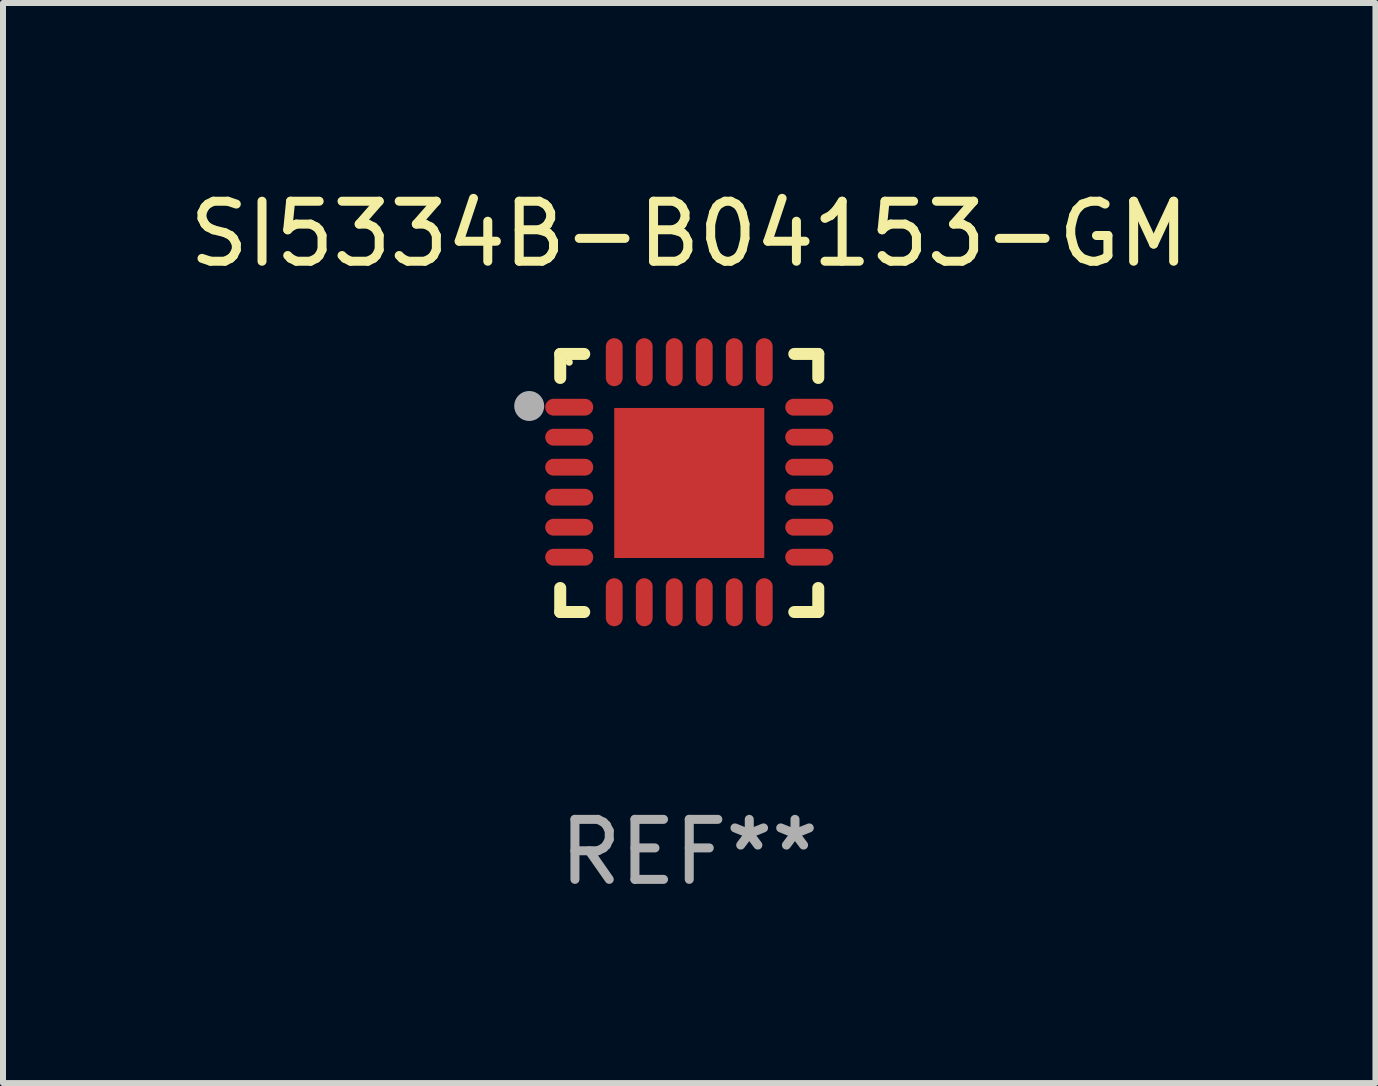
<source format=kicad_pcb>
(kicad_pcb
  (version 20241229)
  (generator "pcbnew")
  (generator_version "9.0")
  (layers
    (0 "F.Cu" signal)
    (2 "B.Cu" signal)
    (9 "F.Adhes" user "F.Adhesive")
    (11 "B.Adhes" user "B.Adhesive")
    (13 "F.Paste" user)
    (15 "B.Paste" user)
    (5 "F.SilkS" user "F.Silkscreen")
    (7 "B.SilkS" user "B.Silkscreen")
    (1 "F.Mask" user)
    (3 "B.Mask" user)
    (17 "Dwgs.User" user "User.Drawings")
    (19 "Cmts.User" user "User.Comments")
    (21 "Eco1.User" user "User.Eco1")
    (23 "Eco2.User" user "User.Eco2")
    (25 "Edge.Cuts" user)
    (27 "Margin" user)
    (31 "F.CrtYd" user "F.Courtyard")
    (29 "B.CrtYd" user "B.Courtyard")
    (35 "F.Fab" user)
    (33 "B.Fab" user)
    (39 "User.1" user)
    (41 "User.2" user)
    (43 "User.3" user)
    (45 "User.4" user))
  (footprint "SI5334B-B04153-GM"
    (layer "F.Cu")
    (at 8.435 4.998)
    (property "Reference" "SI5334B-B04153-GM" (at 0 -4.15 0) (layer "F.SilkS") (effects (font (size 1 1) (thickness 0.15))))
    (attr through_hole)
    (fp_line (start -2.15 -2.15) (end -1.75 -2.15) (stroke (width 0.2) (type solid)) (layer "F.SilkS"))
    (fp_line (start -2.15 -1.75) (end -2.15 -2.15) (stroke (width 0.2) (type solid)) (layer "F.SilkS"))
    (fp_line (start -2.15 2.15) (end -2.15 1.75) (stroke (width 0.2) (type solid)) (layer "F.SilkS"))
    (fp_line (start -1.75 2.15) (end -2.15 2.15) (stroke (width 0.2) (type solid)) (layer "F.SilkS"))
    (fp_line (start 1.75 -2.15) (end 2.15 -2.15) (stroke (width 0.2) (type solid)) (layer "F.SilkS"))
    (fp_line (start 1.75 2.15) (end 2.15 2.15) (stroke (width 0.2) (type solid)) (layer "F.SilkS"))
    (fp_line (start 2.15 -2.15) (end 2.15 -1.75) (stroke (width 0.2) (type solid)) (layer "F.SilkS"))
    (fp_line (start 2.15 2.15) (end 2.15 1.75) (stroke (width 0.2) (type solid)) (layer "F.SilkS"))
    (fp_circle (center -2 -2.013) (end -1.97 -2.013) (stroke (width 0.06) (type solid)) (fill no) (layer "F.SilkS"))
    (fp_circle (center -2.667 -1.283) (end -2.542 -1.283) (stroke (width 0.25) (type solid)) (fill no) (layer "F.Fab"))
    (fp_text user "REF**" (at 0 6.15 0) (layer "F.Fab") (effects (font (size 1 1) (thickness 0.15))))
    (pad "1" smd oval (at -2 -1.263) (size 0.8 0.28) (layers "F.Cu" "F.Mask" "F.Paste"))
    (pad "2" smd oval (at -2 -0.763) (size 0.8 0.28) (layers "F.Cu" "F.Mask" "F.Paste"))
    (pad "3" smd oval (at -2 -0.263) (size 0.8 0.28) (layers "F.Cu" "F.Mask" "F.Paste"))
    (pad "4" smd oval (at -2 0.237) (size 0.8 0.28) (layers "F.Cu" "F.Mask" "F.Paste"))
    (pad "5" smd oval (at -2 0.737) (size 0.8 0.28) (layers "F.Cu" "F.Mask" "F.Paste"))
    (pad "6" smd oval (at -2 1.237) (size 0.8 0.28) (layers "F.Cu" "F.Mask" "F.Paste"))
    (pad "7" smd oval (at -1.25 1.987) (size 0.28 0.8) (layers "F.Cu" "F.Mask" "F.Paste"))
    (pad "8" smd oval (at -0.75 1.987) (size 0.28 0.8) (layers "F.Cu" "F.Mask" "F.Paste"))
    (pad "9" smd oval (at -0.25 1.987) (size 0.28 0.8) (layers "F.Cu" "F.Mask" "F.Paste"))
    (pad "10" smd oval (at 0.25 1.987) (size 0.28 0.8) (layers "F.Cu" "F.Mask" "F.Paste"))
    (pad "11" smd oval (at 0.75 1.987) (size 0.28 0.8) (layers "F.Cu" "F.Mask" "F.Paste"))
    (pad "12" smd oval (at 1.25 1.987) (size 0.28 0.8) (layers "F.Cu" "F.Mask" "F.Paste"))
    (pad "13" smd oval (at 2 1.237) (size 0.8 0.28) (layers "F.Cu" "F.Mask" "F.Paste"))
    (pad "14" smd oval (at 2 0.737) (size 0.8 0.28) (layers "F.Cu" "F.Mask" "F.Paste"))
    (pad "15" smd oval (at 2 0.237) (size 0.8 0.28) (layers "F.Cu" "F.Mask" "F.Paste"))
    (pad "16" smd oval (at 2 -0.263) (size 0.8 0.28) (layers "F.Cu" "F.Mask" "F.Paste"))
    (pad "17" smd oval (at 2 -0.763) (size 0.8 0.28) (layers "F.Cu" "F.Mask" "F.Paste"))
    (pad "18" smd oval (at 2 -1.263) (size 0.8 0.28) (layers "F.Cu" "F.Mask" "F.Paste"))
    (pad "19" smd oval (at 1.25 -2.013) (size 0.28 0.8) (layers "F.Cu" "F.Mask" "F.Paste"))
    (pad "20" smd oval (at 0.75 -2.013) (size 0.28 0.8) (layers "F.Cu" "F.Mask" "F.Paste"))
    (pad "21" smd oval (at 0.25 -2.013) (size 0.28 0.8) (layers "F.Cu" "F.Mask" "F.Paste"))
    (pad "22" smd oval (at -0.25 -2.013) (size 0.28 0.8) (layers "F.Cu" "F.Mask" "F.Paste"))
    (pad "23" smd oval (at -0.75 -2.013) (size 0.28 0.8) (layers "F.Cu" "F.Mask" "F.Paste"))
    (pad "24" smd oval (at -1.25 -2.013) (size 0.28 0.8) (layers "F.Cu" "F.Mask" "F.Paste"))
    (pad "25" smd rect (at -0.000127 -0.00014) (size 2.5 2.5) (layers "F.Cu" "F.Mask" "F.Paste")))
  (gr_rect
    (start -3 -3)
    (end 19.869 14.997)
    (stroke (width 0.1) (type default))
    (fill no)
    (layer "Edge.Cuts")))
</source>
